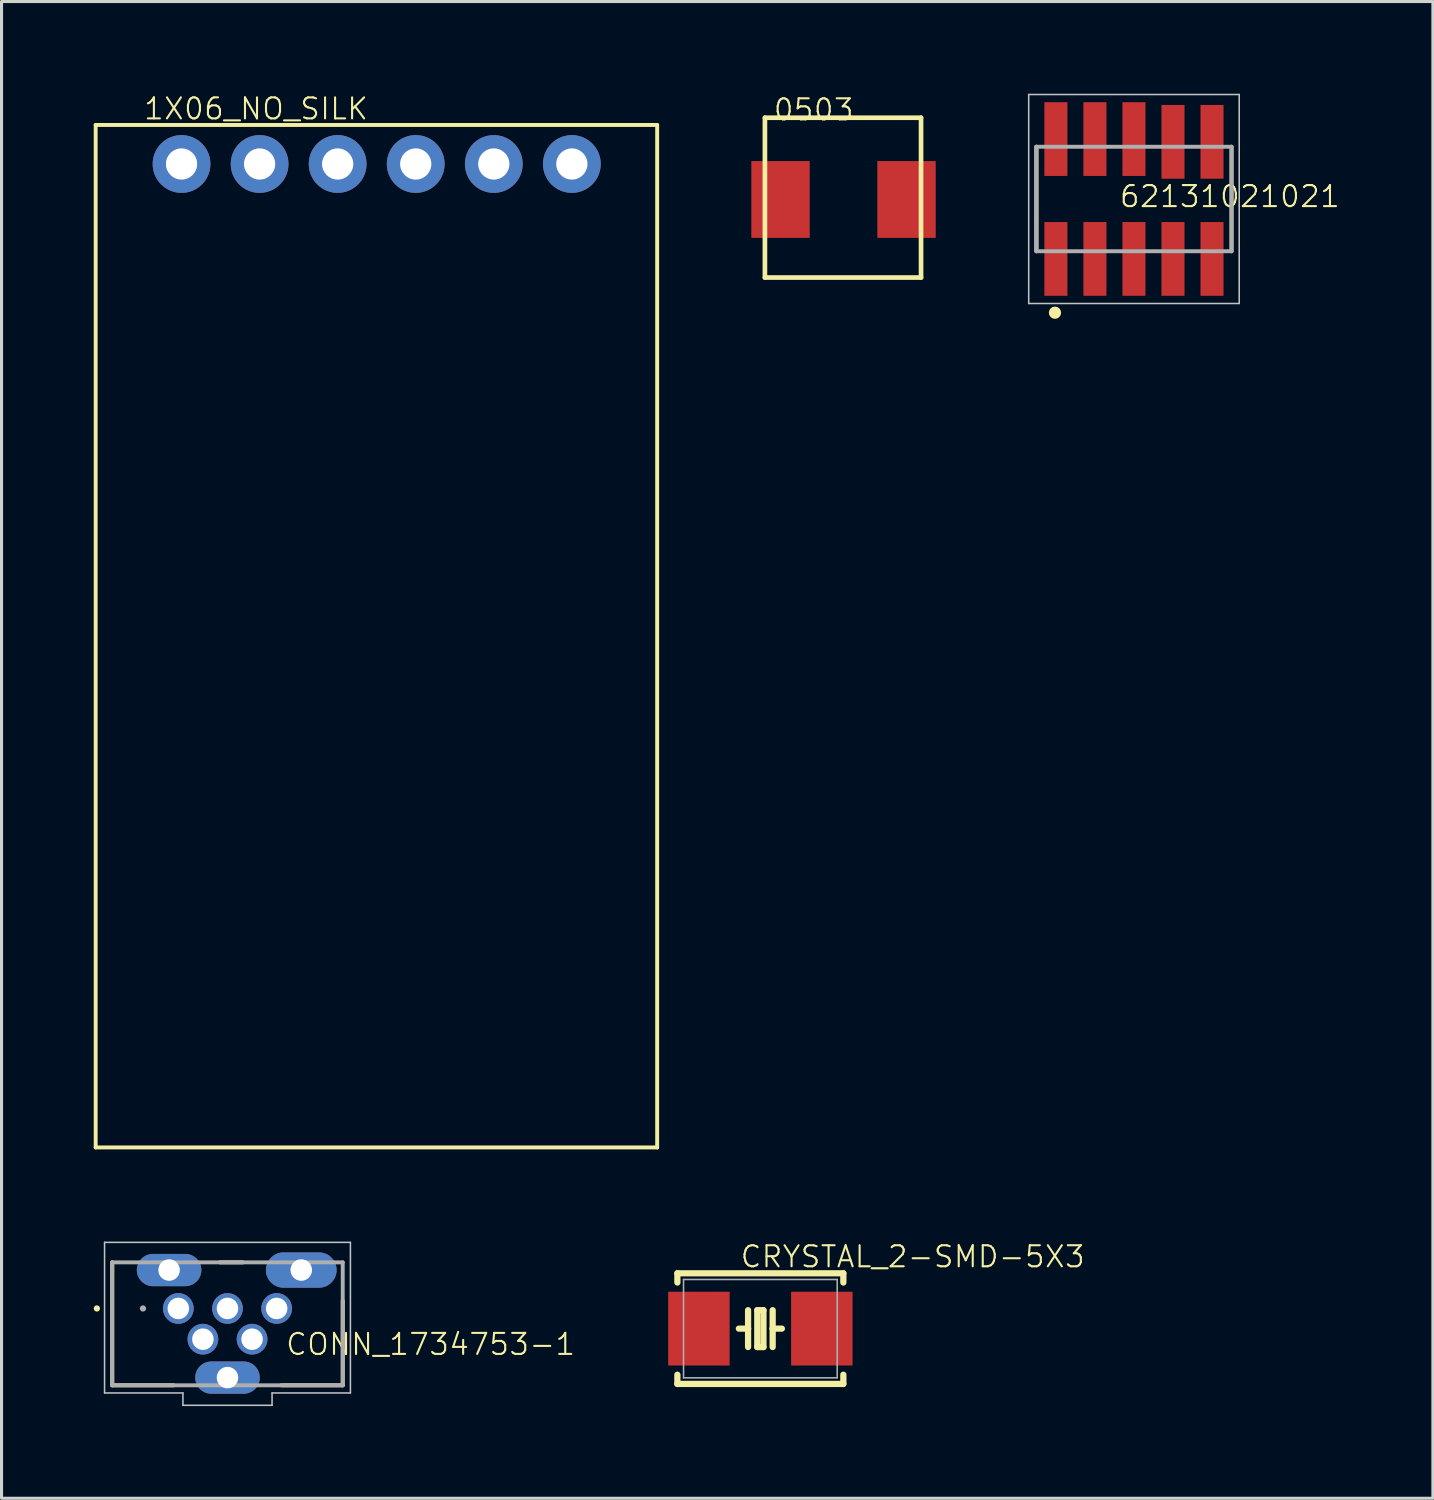
<source format=kicad_pcb>
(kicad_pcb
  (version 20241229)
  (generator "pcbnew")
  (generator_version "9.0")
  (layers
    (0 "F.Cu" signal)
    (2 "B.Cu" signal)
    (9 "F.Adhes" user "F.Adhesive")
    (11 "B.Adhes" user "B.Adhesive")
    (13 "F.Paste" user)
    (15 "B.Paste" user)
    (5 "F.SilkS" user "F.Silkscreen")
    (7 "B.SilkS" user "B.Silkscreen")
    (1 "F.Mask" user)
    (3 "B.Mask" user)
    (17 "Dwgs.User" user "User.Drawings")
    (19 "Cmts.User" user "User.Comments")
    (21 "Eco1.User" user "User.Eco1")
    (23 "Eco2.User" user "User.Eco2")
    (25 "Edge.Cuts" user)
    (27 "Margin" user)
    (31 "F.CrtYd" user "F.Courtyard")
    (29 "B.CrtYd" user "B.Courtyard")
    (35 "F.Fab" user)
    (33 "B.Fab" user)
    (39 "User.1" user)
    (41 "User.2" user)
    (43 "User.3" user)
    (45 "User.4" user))
  (footprint "0503"
    (layer "F.Cu")
    (at 22.347 3.441)
    (property "Reference" "0503" (at 1.079 -2.921 180) (layer "F.SilkS") (effects (font (size 0.684 0.684) (thickness 0.068))))
    (attr through_hole)
    (fp_line (start -0.508 -2.66) (end 4.572 -2.66) (stroke (width 0.152) (type solid)) (layer "F.SilkS"))
    (fp_line (start -0.508 2.54) (end -0.508 -2.66) (stroke (width 0.152) (type solid)) (layer "F.SilkS"))
    (fp_line (start 4.572 -2.66) (end 4.572 2.54) (stroke (width 0.152) (type solid)) (layer "F.SilkS"))
    (fp_line (start 4.572 2.54) (end -0.508 2.54) (stroke (width 0.152) (type solid)) (layer "F.SilkS"))
    (pad "P$1" smd rect (at 0 0 180) (size 1.9 2.5) (layers "F.Cu" "F.Mask" "F.Paste"))
    (pad "P$2" smd rect (at 4.1 0 180) (size 1.9 2.5) (layers "F.Cu" "F.Mask" "F.Paste")))
  (footprint "1X06_NO_SILK"
    (layer "F.Cu")
    (at 2.857 2.286)
    (property "Reference" "1X06_NO_SILK" (at -1.27 -1.397 0) (layer "F.SilkS") (effects (font (size 0.684 0.684) (thickness 0.068)) (justify left bottom)))
    (attr through_hole)
    (fp_line (start -2.794 -1.27) (end 15.476 -1.27) (stroke (width 0.127) (type solid)) (layer "F.SilkS"))
    (fp_line (start -2.794 32) (end -2.794 -1.27) (stroke (width 0.127) (type solid)) (layer "F.SilkS"))
    (fp_line (start 15.476 -1.27) (end 15.476 32) (stroke (width 0.127) (type solid)) (layer "F.SilkS"))
    (fp_line (start 15.476 32) (end -2.794 32) (stroke (width 0.127) (type solid)) (layer "F.SilkS"))
    (fp_poly (pts (xy -0.254 0.254) (xy 0.254 0.254) (xy 0.254 -0.254) (xy -0.254 -0.254)) (stroke (width 0.1) (type solid)) (fill no) (layer "F.Fab"))
    (fp_poly (pts (xy 2.286 0.254) (xy 2.794 0.254) (xy 2.794 -0.254) (xy 2.286 -0.254)) (stroke (width 0.1) (type solid)) (fill no) (layer "F.Fab"))
    (fp_poly (pts (xy 4.826 0.254) (xy 5.334 0.254) (xy 5.334 -0.254) (xy 4.826 -0.254)) (stroke (width 0.1) (type solid)) (fill no) (layer "F.Fab"))
    (fp_poly (pts (xy 7.366 0.254) (xy 7.874 0.254) (xy 7.874 -0.254) (xy 7.366 -0.254)) (stroke (width 0.1) (type solid)) (fill no) (layer "F.Fab"))
    (fp_poly (pts (xy 9.906 0.254) (xy 10.414 0.254) (xy 10.414 -0.254) (xy 9.906 -0.254)) (stroke (width 0.1) (type solid)) (fill no) (layer "F.Fab"))
    (fp_poly (pts (xy 12.446 0.254) (xy 12.954 0.254) (xy 12.954 -0.254) (xy 12.446 -0.254)) (stroke (width 0.1) (type solid)) (fill no) (layer "F.Fab"))
    (pad "1" thru_hole circle (at 0 0 90) (size 1.88 1.88) (drill 1.016) (layers "*.Cu" "*.Mask"))
    (pad "2" thru_hole circle (at 2.54 0 90) (size 1.88 1.88) (drill 1.016) (layers "*.Cu" "*.Mask"))
    (pad "3" thru_hole circle (at 5.08 0 90) (size 1.88 1.88) (drill 1.016) (layers "*.Cu" "*.Mask"))
    (pad "4" thru_hole circle (at 7.62 0 90) (size 1.88 1.88) (drill 1.016) (layers "*.Cu" "*.Mask"))
    (pad "5" thru_hole circle (at 10.16 0 90) (size 1.88 1.88) (drill 1.016) (layers "*.Cu" "*.Mask"))
    (pad "6" thru_hole circle (at 12.7 0 90) (size 1.88 1.88) (drill 1.016) (layers "*.Cu" "*.Mask")))
  (footprint "CRYSTAL_2-SMD-5X3"
    (layer "F.Cu")
    (at 21.691 40.181)
    (property "Reference" "CRYSTAL_2-SMD-5X3" (at -0.691 -1.942 0) (layer "F.SilkS") (effects (font (size 0.684 0.684) (thickness 0.068)) (justify left bottom)))
    (attr through_hole)
    (fp_line (start -2.7 -1.8) (end 2.7 -1.8) (stroke (width 0.203) (type solid)) (layer "F.SilkS"))
    (fp_line (start -2.7 -1.5) (end -2.7 -1.8) (stroke (width 0.203) (type solid)) (layer "F.SilkS"))
    (fp_line (start -2.7 1.8) (end -2.7 1.5) (stroke (width 0.203) (type solid)) (layer "F.SilkS"))
    (fp_line (start -2.7 1.8) (end 2.7 1.8) (stroke (width 0.203) (type solid)) (layer "F.SilkS"))
    (fp_line (start -0.4 0) (end -0.7 0) (stroke (width 0.203) (type solid)) (layer "F.SilkS"))
    (fp_line (start -0.4 0) (end -0.4 -0.6) (stroke (width 0.203) (type solid)) (layer "F.SilkS"))
    (fp_line (start -0.4 0.6) (end -0.4 0) (stroke (width 0.203) (type solid)) (layer "F.SilkS"))
    (fp_line (start -0.1 -0.6) (end -0.1 0.6) (stroke (width 0.203) (type solid)) (layer "F.SilkS"))
    (fp_line (start -0.1 0.6) (end 0.1 0.6) (stroke (width 0.203) (type solid)) (layer "F.SilkS"))
    (fp_line (start 0.1 -0.6) (end -0.1 -0.6) (stroke (width 0.203) (type solid)) (layer "F.SilkS"))
    (fp_line (start 0.1 0.6) (end 0.1 -0.6) (stroke (width 0.203) (type solid)) (layer "F.SilkS"))
    (fp_line (start 0.4 -0.6) (end 0.4 0) (stroke (width 0.203) (type solid)) (layer "F.SilkS"))
    (fp_line (start 0.4 0) (end 0.4 0.6) (stroke (width 0.203) (type solid)) (layer "F.SilkS"))
    (fp_line (start 0.4 0) (end 0.7 0) (stroke (width 0.203) (type solid)) (layer "F.SilkS"))
    (fp_line (start 2.7 -1.8) (end 2.7 -1.5) (stroke (width 0.203) (type solid)) (layer "F.SilkS"))
    (fp_line (start 2.7 1.8) (end 2.7 1.5) (stroke (width 0.203) (type solid)) (layer "F.SilkS"))
    (fp_line (start -2.5 -1.6) (end -2.5 1.6) (stroke (width 0.051) (type solid)) (layer "F.Fab"))
    (fp_line (start -2.5 1.6) (end 2.5 1.6) (stroke (width 0.051) (type solid)) (layer "F.Fab"))
    (fp_line (start 2.5 -1.6) (end -2.5 -1.6) (stroke (width 0.051) (type solid)) (layer "F.Fab"))
    (fp_line (start 2.5 1.6) (end 2.5 -1.6) (stroke (width 0.051) (type solid)) (layer "F.Fab"))
    (pad "1" smd rect (at -2 0) (size 2 2.4) (layers "F.Cu" "F.Mask" "F.Paste"))
    (pad "2" smd rect (at 2 0) (size 2 2.4) (layers "F.Cu" "F.Mask" "F.Paste")))
  (footprint "62131021021"
    (layer "F.Cu")
    (at 33.847 3.425)
    (property "Reference" "62131021021" (at -0.507 0.318 0) (layer "F.SilkS") (effects (font (size 0.684 0.684) (thickness 0.068)) (justify left bottom)))
    (attr through_hole)
    (fp_line (start -3.175 -1.7) (end -3.175 1.7) (stroke (width 0.127) (type solid)) (layer "F.SilkS"))
    (fp_line (start 3.175 1.7) (end 3.175 -1.7) (stroke (width 0.127) (type solid)) (layer "F.SilkS"))
    (fp_circle (center -2.57 3.7) (end -2.47 3.7) (stroke (width 0.2) (type solid)) (fill no) (layer "F.SilkS"))
    (fp_line (start -3.425 -3.4) (end -3.425 3.4) (stroke (width 0.05) (type solid)) (layer "Dwgs.User"))
    (fp_line (start -3.425 3.4) (end 3.425 3.4) (stroke (width 0.05) (type solid)) (layer "Dwgs.User"))
    (fp_line (start 3.425 -3.4) (end -3.425 -3.4) (stroke (width 0.05) (type solid)) (layer "Dwgs.User"))
    (fp_line (start 3.425 3.4) (end 3.425 -3.4) (stroke (width 0.05) (type solid)) (layer "Dwgs.User"))
    (fp_line (start -3.175 -1.7) (end -3.175 1.7) (stroke (width 0.127) (type solid)) (layer "F.Fab"))
    (fp_line (start -3.175 -1.7) (end -3.175 1.7) (stroke (width 0.127) (type solid)) (layer "F.Fab"))
    (fp_line (start -3.175 1.7) (end 3.175 1.7) (stroke (width 0.127) (type solid)) (layer "F.Fab"))
    (fp_line (start 3.175 -1.7) (end -3.175 -1.7) (stroke (width 0.127) (type solid)) (layer "F.Fab"))
    (fp_line (start 3.175 1.7) (end 3.175 -1.7) (stroke (width 0.127) (type solid)) (layer "F.Fab"))
    (pad "1" smd rect (at -2.54 1.95) (size 0.75 2.4) (layers "F.Cu" "F.Mask" "F.Paste"))
    (pad "2" smd rect (at -2.54 -1.95) (size 0.75 2.4) (layers "F.Cu" "F.Mask" "F.Paste"))
    (pad "3" smd rect (at -1.27 1.95) (size 0.75 2.4) (layers "F.Cu" "F.Mask" "F.Paste"))
    (pad "4" smd rect (at -1.27 -1.95) (size 0.75 2.4) (layers "F.Cu" "F.Mask" "F.Paste"))
    (pad "5" smd rect (at 0 1.95) (size 0.75 2.4) (layers "F.Cu" "F.Mask" "F.Paste"))
    (pad "6" smd rect (at 0 -1.95) (size 0.75 2.4) (layers "F.Cu" "F.Mask" "F.Paste"))
    (pad "7" smd rect (at 1.27 1.95) (size 0.75 2.4) (layers "F.Cu" "F.Mask" "F.Paste"))
    (pad "8" smd rect (at 1.27 -1.86) (size 0.75 2.4) (layers "F.Cu" "F.Mask" "F.Paste"))
    (pad "9" smd rect (at 2.54 1.95) (size 0.75 2.4) (layers "F.Cu" "F.Mask" "F.Paste"))
    (pad "10" smd rect (at 2.54 -1.86) (size 0.75 2.4) (layers "F.Cu" "F.Mask" "F.Paste")))
  (footprint "CONN_1734753-1"
    (layer "F.Cu")
    (at 4.352 40.025)
    (property "Reference" "CONN_1734753-1" (at 1.858 1.066 0) (layer "F.SilkS") (effects (font (size 0.684 0.684) (thickness 0.068)) (justify left bottom)))
    (attr through_hole)
    (fp_line (start -3.75 2) (end -3.75 -2) (stroke (width 0.127) (type solid)) (layer "F.SilkS"))
    (fp_line (start -1.75 2) (end -3.75 2) (stroke (width 0.127) (type solid)) (layer "F.SilkS"))
    (fp_line (start 0.5 -2) (end -0.25 -2) (stroke (width 0.127) (type solid)) (layer "F.SilkS"))
    (fp_line (start 3.75 2) (end 1.75 2) (stroke (width 0.127) (type solid)) (layer "F.SilkS"))
    (fp_line (start 3.75 2) (end 3.75 -0.75) (stroke (width 0.127) (type solid)) (layer "F.SilkS"))
    (fp_circle (center -4.25 -0.5) (end -4.199 -0.5) (stroke (width 0.102) (type solid)) (fill no) (layer "F.SilkS"))
    (fp_line (start -4 -2.65) (end -4 2.25) (stroke (width 0.05) (type solid)) (layer "Dwgs.User"))
    (fp_line (start -4 2.25) (end -1.45 2.25) (stroke (width 0.05) (type solid)) (layer "Dwgs.User"))
    (fp_line (start -1.45 2.25) (end -1.45 2.65) (stroke (width 0.05) (type solid)) (layer "Dwgs.User"))
    (fp_line (start -1.45 2.65) (end 1.45 2.65) (stroke (width 0.05) (type solid)) (layer "Dwgs.User"))
    (fp_line (start 1.45 2.25) (end 4 2.25) (stroke (width 0.05) (type solid)) (layer "Dwgs.User"))
    (fp_line (start 1.45 2.65) (end 1.45 2.25) (stroke (width 0.05) (type solid)) (layer "Dwgs.User"))
    (fp_line (start 4 -2.65) (end -4 -2.65) (stroke (width 0.05) (type solid)) (layer "Dwgs.User"))
    (fp_line (start 4 2.25) (end 4 -2.65) (stroke (width 0.05) (type solid)) (layer "Dwgs.User"))
    (fp_line (start -2.5 -1.4) (end -1.3 -1.4) (stroke (width 0.0001) (type solid)) (layer "Edge.Cuts"))
    (fp_line (start -1.3 -2.1) (end -2.5 -2.1) (stroke (width 0.0001) (type solid)) (layer "Edge.Cuts"))
    (fp_line (start -0.6 2.1) (end 0.6 2.1) (stroke (width 0.0001) (type solid)) (layer "Edge.Cuts"))
    (fp_line (start 0.6 1.4) (end -0.6 1.4) (stroke (width 0.0001) (type solid)) (layer "Edge.Cuts"))
    (fp_line (start 1.7 -1.4) (end 3.1 -1.4) (stroke (width 0.0001) (type solid)) (layer "Edge.Cuts"))
    (fp_line (start 3.1 -2.1) (end 1.7 -2.1) (stroke (width 0.0001) (type solid)) (layer "Edge.Cuts"))
    (fp_arc (start -2.85 -1.75) (mid -2.747487 -1.997487) (end -2.5 -2.1) (stroke (width 0.0001) (type solid)) (layer "Edge.Cuts"))
    (fp_arc (start -2.5 -1.4) (mid -2.747487 -1.502513) (end -2.85 -1.75) (stroke (width 0.0001) (type solid)) (layer "Edge.Cuts"))
    (fp_arc (start -1.3 -2.1) (mid -1.052513 -1.997487) (end -0.95 -1.75) (stroke (width 0.0001) (type solid)) (layer "Edge.Cuts"))
    (fp_arc (start -0.95 -1.75) (mid -1.052513 -1.502513) (end -1.3 -1.4) (stroke (width 0.0001) (type solid)) (layer "Edge.Cuts"))
    (fp_arc (start -0.95 1.75) (mid -0.847487 1.502513) (end -0.6 1.4) (stroke (width 0.0001) (type solid)) (layer "Edge.Cuts"))
    (fp_arc (start -0.6 2.1) (mid -0.847487 1.997487) (end -0.95 1.75) (stroke (width 0.0001) (type solid)) (layer "Edge.Cuts"))
    (fp_arc (start 0.6 1.4) (mid 0.847487 1.502513) (end 0.95 1.75) (stroke (width 0.0001) (type solid)) (layer "Edge.Cuts"))
    (fp_arc (start 0.95 1.75) (mid 0.847487 1.997487) (end 0.6 2.1) (stroke (width 0.0001) (type solid)) (layer "Edge.Cuts"))
    (fp_arc (start 1.35 -1.75) (mid 1.452513 -1.997487) (end 1.7 -2.1) (stroke (width 0.0001) (type solid)) (layer "Edge.Cuts"))
    (fp_arc (start 1.7 -1.4) (mid 1.452513 -1.502513) (end 1.35 -1.75) (stroke (width 0.0001) (type solid)) (layer "Edge.Cuts"))
    (fp_arc (start 3.1 -2.1) (mid 3.347487 -1.997487) (end 3.45 -1.75) (stroke (width 0.0001) (type solid)) (layer "Edge.Cuts"))
    (fp_arc (start 3.45 -1.75) (mid 3.347487 -1.502513) (end 3.1 -1.4) (stroke (width 0.0001) (type solid)) (layer "Edge.Cuts"))
    (fp_line (start -3.75 -2) (end 3.75 -2) (stroke (width 0.127) (type solid)) (layer "F.Fab"))
    (fp_line (start -3.75 2) (end -3.75 -2) (stroke (width 0.127) (type solid)) (layer "F.Fab"))
    (fp_line (start 3.75 -2) (end 3.75 2) (stroke (width 0.127) (type solid)) (layer "F.Fab"))
    (fp_line (start 3.75 2) (end -3.75 2) (stroke (width 0.127) (type solid)) (layer "F.Fab"))
    (fp_circle (center -2.75 -0.5) (end -2.699 -0.5) (stroke (width 0.102) (type solid)) (fill no) (layer "F.Fab"))
    (pad "1" thru_hole circle (at -1.6 -0.5) (size 1 1) (drill 0.7) (layers "*.Cu" "*.Mask"))
    (pad "2" thru_hole circle (at -0.8 0.5) (size 1 1) (drill 0.7) (layers "*.Cu" "*.Mask"))
    (pad "3" thru_hole circle (at 0 -0.5) (size 1 1) (drill 0.7) (layers "*.Cu" "*.Mask"))
    (pad "4" thru_hole circle (at 0.8 0.5) (size 1 1) (drill 0.7) (layers "*.Cu" "*.Mask"))
    (pad "5" thru_hole circle (at 1.6 -0.5) (size 1 1) (drill 0.7) (layers "*.Cu" "*.Mask"))
    (pad "S1" thru_hole oval (at -1.9 -1.75) (size 2.1 1.05) (drill 0.7) (layers "*.Cu" "*.Mask"))
    (pad "S2" thru_hole oval (at 2.4 -1.75) (size 2.3 1.15) (drill 0.7) (layers "*.Cu" "*.Mask"))
    (pad "S3" thru_hole oval (at 0 1.75) (size 2.1 1.05) (drill 0.7) (layers "*.Cu" "*.Mask")))
  (gr_rect
    (start -3 -3)
    (end 43.574 45.7)
    (stroke (width 0.1) (type default))
    (fill no)
    (layer "Edge.Cuts")))
</source>
